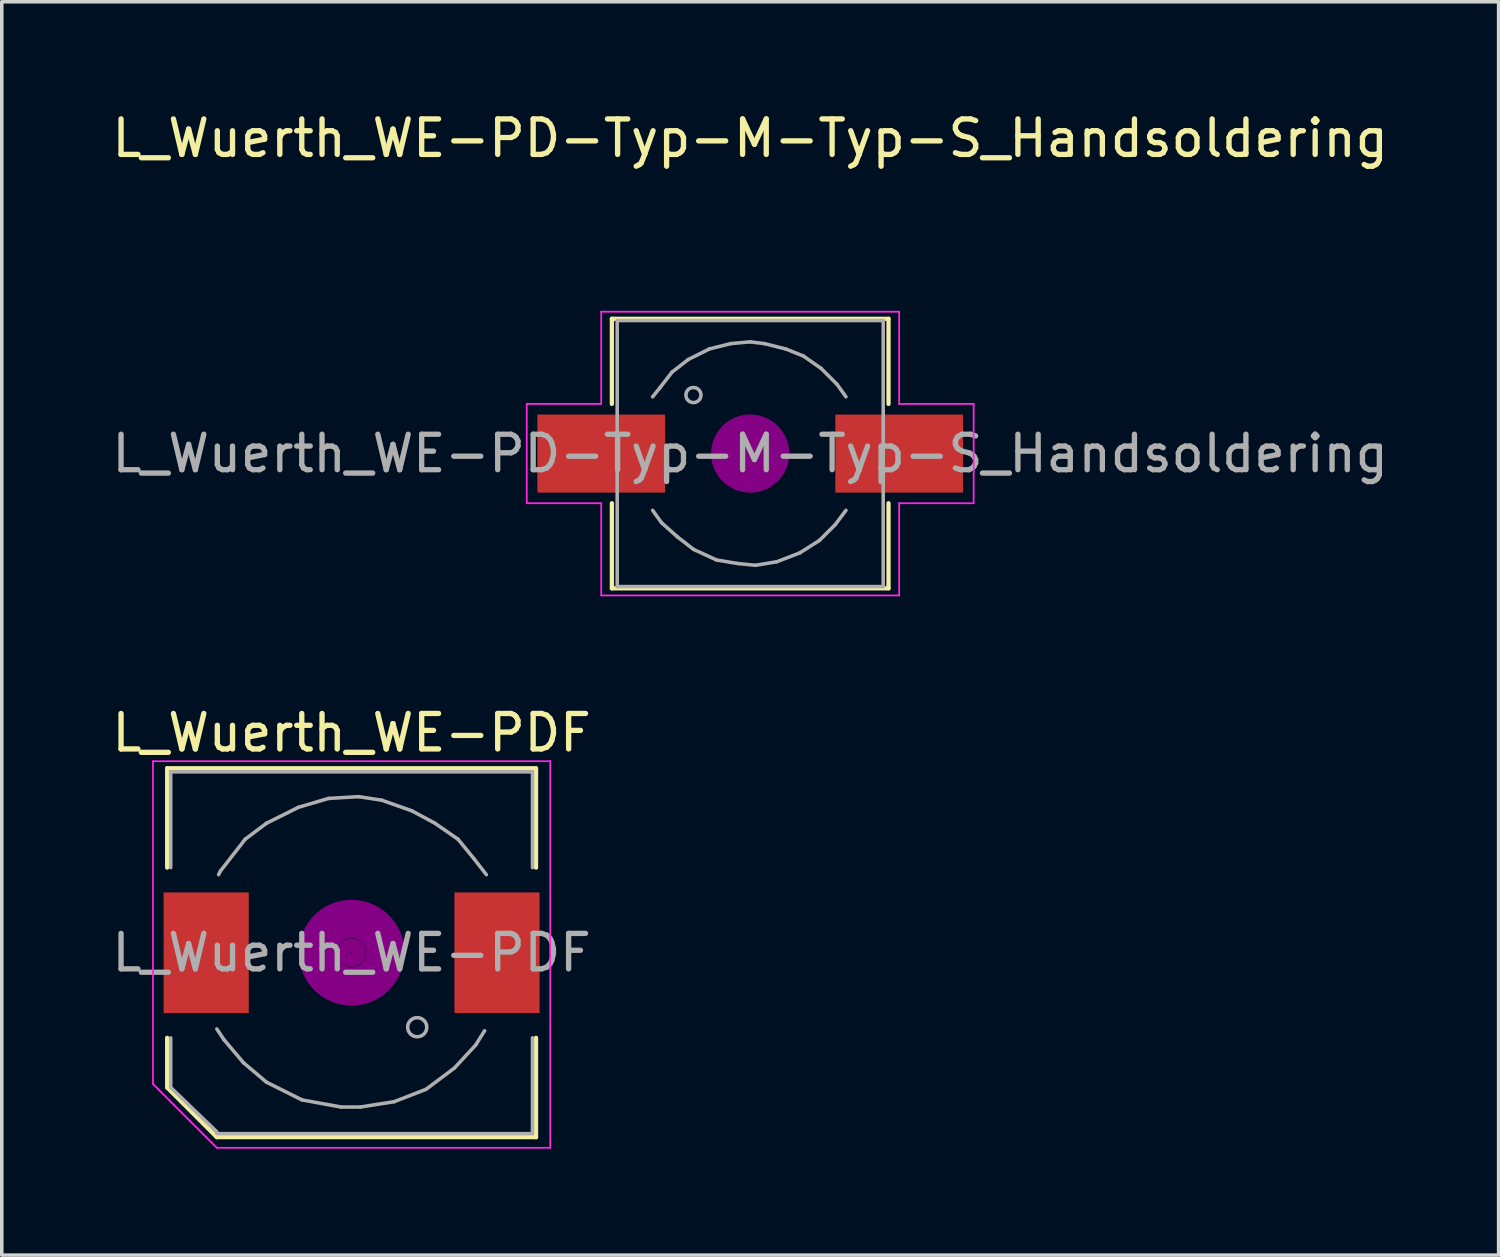
<source format=kicad_pcb>
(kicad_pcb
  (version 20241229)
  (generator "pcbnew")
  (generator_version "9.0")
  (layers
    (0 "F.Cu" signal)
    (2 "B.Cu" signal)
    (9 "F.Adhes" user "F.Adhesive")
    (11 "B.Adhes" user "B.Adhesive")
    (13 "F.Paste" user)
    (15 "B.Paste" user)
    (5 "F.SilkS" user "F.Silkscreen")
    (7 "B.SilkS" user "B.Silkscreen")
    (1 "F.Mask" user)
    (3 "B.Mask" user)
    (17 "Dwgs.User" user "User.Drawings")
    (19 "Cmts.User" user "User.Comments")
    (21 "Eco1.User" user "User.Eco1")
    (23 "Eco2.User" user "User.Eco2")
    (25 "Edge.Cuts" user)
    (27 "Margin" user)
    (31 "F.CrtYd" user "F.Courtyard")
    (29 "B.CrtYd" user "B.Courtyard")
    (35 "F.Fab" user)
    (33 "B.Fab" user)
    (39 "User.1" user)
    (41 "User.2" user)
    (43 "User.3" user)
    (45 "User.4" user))
  (footprint "L_Wuerth_WE-PDF"
    (layer "F.Cu")
    (at 6.863 23.811)
    (property "Reference" "L_Wuerth_WE-PDF" (at 0 -6.2 0) (layer "F.SilkS") (effects (font (size 1 1) (thickness 0.15))))
    (attr smd)
    (fp_line (start -5.2 -5.2) (end 5.2 -5.2) (stroke (width 0.12) (type solid)) (layer "F.SilkS"))
    (fp_line (start -5.2 -2.4) (end -5.2 -5.2) (stroke (width 0.12) (type solid)) (layer "F.SilkS"))
    (fp_line (start -5.2 3.8) (end -5.2 2.4) (stroke (width 0.12) (type solid)) (layer "F.SilkS"))
    (fp_line (start -3.8 5.2) (end -5.2 3.8) (stroke (width 0.12) (type solid)) (layer "F.SilkS"))
    (fp_line (start 5.2 -5.2) (end 5.2 -2.4) (stroke (width 0.12) (type solid)) (layer "F.SilkS"))
    (fp_line (start 5.2 2.4) (end 5.2 5.2) (stroke (width 0.12) (type solid)) (layer "F.SilkS"))
    (fp_line (start 5.2 5.2) (end -3.8 5.2) (stroke (width 0.12) (type solid)) (layer "F.SilkS"))
    (fp_circle (center 0 0) (end 0.15 0.15) (stroke (width 0.38) (type solid)) (fill no) (layer "F.Adhes"))
    (fp_circle (center 0 0) (end 0.6 0.05) (stroke (width 0.38) (type solid)) (fill no) (layer "F.Adhes"))
    (fp_circle (center 0 0) (end 0.95 0) (stroke (width 0.38) (type solid)) (fill no) (layer "F.Adhes"))
    (fp_circle (center 0 0) (end 1.3 0.05) (stroke (width 0.38) (type solid)) (fill no) (layer "F.Adhes"))
    (fp_line (start -5.6 -5.4) (end 5.6 -5.4) (stroke (width 0.05) (type solid)) (layer "F.CrtYd"))
    (fp_line (start -5.6 3.7) (end -5.6 -5.4) (stroke (width 0.05) (type solid)) (layer "F.CrtYd"))
    (fp_line (start -3.8 5.5) (end -5.6 3.7) (stroke (width 0.05) (type solid)) (layer "F.CrtYd"))
    (fp_line (start 5.6 -5.4) (end 5.6 5.5) (stroke (width 0.05) (type solid)) (layer "F.CrtYd"))
    (fp_line (start 5.6 5.5) (end -3.8 5.5) (stroke (width 0.05) (type solid)) (layer "F.CrtYd"))
    (fp_line (start -5.1 -5.1) (end -5.1 -2.4) (stroke (width 0.1) (type solid)) (layer "F.Fab"))
    (fp_line (start -5.1 2.4) (end -5.1 3.8) (stroke (width 0.1) (type solid)) (layer "F.Fab"))
    (fp_line (start -5.1 3.8) (end -3.8 5.05) (stroke (width 0.1) (type solid)) (layer "F.Fab"))
    (fp_line (start -3.8 2.15) (end -3.6 2.45) (stroke (width 0.1) (type solid)) (layer "F.Fab"))
    (fp_line (start -3.7 -2.3) (end -3.75 -2.2) (stroke (width 0.1) (type solid)) (layer "F.Fab"))
    (fp_line (start -3.6 2.45) (end -3.05 3.1) (stroke (width 0.1) (type solid)) (layer "F.Fab"))
    (fp_line (start -3.05 3.1) (end -2.4 3.65) (stroke (width 0.1) (type solid)) (layer "F.Fab"))
    (fp_line (start -3 -3.2) (end -3.7 -2.3) (stroke (width 0.1) (type solid)) (layer "F.Fab"))
    (fp_line (start -2.4 -3.65) (end -3 -3.2) (stroke (width 0.1) (type solid)) (layer "F.Fab"))
    (fp_line (start -2.4 3.65) (end -1.4 4.15) (stroke (width 0.1) (type solid)) (layer "F.Fab"))
    (fp_line (start -1.5 -4.1) (end -2.4 -3.65) (stroke (width 0.1) (type solid)) (layer "F.Fab"))
    (fp_line (start -1.4 4.15) (end -0.3 4.35) (stroke (width 0.1) (type solid)) (layer "F.Fab"))
    (fp_line (start -0.65 -4.35) (end -1.5 -4.1) (stroke (width 0.1) (type solid)) (layer "F.Fab"))
    (fp_line (start -0.3 4.35) (end 0.25 4.35) (stroke (width 0.1) (type solid)) (layer "F.Fab"))
    (fp_line (start 0.2 -4.4) (end -0.65 -4.35) (stroke (width 0.1) (type solid)) (layer "F.Fab"))
    (fp_line (start 0.25 4.35) (end 1.2 4.2) (stroke (width 0.1) (type solid)) (layer "F.Fab"))
    (fp_line (start 0.85 -4.3) (end 0.2 -4.4) (stroke (width 0.1) (type solid)) (layer "F.Fab"))
    (fp_line (start 1.2 4.2) (end 2.1 3.85) (stroke (width 0.1) (type solid)) (layer "F.Fab"))
    (fp_line (start 1.7 -4) (end 0.85 -4.3) (stroke (width 0.1) (type solid)) (layer "F.Fab"))
    (fp_line (start 2.1 3.85) (end 2.9 3.25) (stroke (width 0.1) (type solid)) (layer "F.Fab"))
    (fp_line (start 2.35 -3.65) (end 1.7 -4) (stroke (width 0.1) (type solid)) (layer "F.Fab"))
    (fp_line (start 2.9 3.25) (end 3.5 2.6) (stroke (width 0.1) (type solid)) (layer "F.Fab"))
    (fp_line (start 3 -3.2) (end 2.35 -3.65) (stroke (width 0.1) (type solid)) (layer "F.Fab"))
    (fp_line (start 3.45 -2.65) (end 3 -3.2) (stroke (width 0.1) (type solid)) (layer "F.Fab"))
    (fp_line (start 3.5 2.6) (end 3.75 2.2) (stroke (width 0.1) (type solid)) (layer "F.Fab"))
    (fp_line (start 3.8 -2.2) (end 3.45 -2.65) (stroke (width 0.1) (type solid)) (layer "F.Fab"))
    (fp_line (start 5.1 -5.1) (end -5.1 -5.1) (stroke (width 0.1) (type solid)) (layer "F.Fab"))
    (fp_line (start 5.1 -5.1) (end 5.1 -2.4) (stroke (width 0.1) (type solid)) (layer "F.Fab"))
    (fp_line (start 5.1 5.1) (end -3.8 5.1) (stroke (width 0.1) (type solid)) (layer "F.Fab"))
    (fp_line (start 5.1 5.1) (end 5.1 2.4) (stroke (width 0.1) (type solid)) (layer "F.Fab"))
    (fp_circle (center 1.85 2.1) (end 2.1 2.2) (stroke (width 0.1) (type solid)) (fill no) (layer "F.Fab"))
    (fp_text user "${REFERENCE}" (at 0 0 0) (layer "F.Fab") (effects (font (size 1 1) (thickness 0.15))))
    (pad "1" smd rect (at -4.1 0) (size 2.4 3.4) (layers "F.Cu" "F.Mask" "F.Paste"))
    (pad "2" smd rect (at 4.1 0) (size 2.4 3.4) (layers "F.Cu" "F.Mask" "F.Paste")))
  (footprint "L_Wuerth_WE-PD-Typ-M-Typ-S_Handsoldering"
    (layer "F.Cu")
    (at 18.101 9.738)
    (property "Reference" "L_Wuerth_WE-PD-Typ-M-Typ-S_Handsoldering" (at 0 -8.89 0) (layer "F.SilkS") (effects (font (size 1 1) (thickness 0.15))))
    (attr smd)
    (fp_line (start -3.9 -1.4) (end -3.9 -3.8) (stroke (width 0.12) (type solid)) (layer "F.SilkS"))
    (fp_line (start -3.9 1.4) (end -3.9 3.8) (stroke (width 0.12) (type solid)) (layer "F.SilkS"))
    (fp_line (start -3.9 3.8) (end 3.9 3.8) (stroke (width 0.12) (type solid)) (layer "F.SilkS"))
    (fp_line (start 3.9 -3.8) (end -3.9 -3.8) (stroke (width 0.12) (type solid)) (layer "F.SilkS"))
    (fp_line (start 3.9 -1.4) (end 3.9 -3.8) (stroke (width 0.12) (type solid)) (layer "F.SilkS"))
    (fp_line (start 3.9 3.8) (end 3.9 1.4) (stroke (width 0.12) (type solid)) (layer "F.SilkS"))
    (fp_circle (center 0 0) (end 0.15 0.15) (stroke (width 0.38) (type solid)) (fill no) (layer "F.Adhes"))
    (fp_circle (center 0 0) (end 0.55 0.05) (stroke (width 0.38) (type solid)) (fill no) (layer "F.Adhes"))
    (fp_circle (center 0 0) (end 0.9 0.15) (stroke (width 0.38) (type solid)) (fill no) (layer "F.Adhes"))
    (fp_line (start -6.3 -1.4) (end -6.3 1.4) (stroke (width 0.05) (type solid)) (layer "F.CrtYd"))
    (fp_line (start -6.3 1.4) (end -4.2 1.4) (stroke (width 0.05) (type solid)) (layer "F.CrtYd"))
    (fp_line (start -4.2 -4) (end -4.2 -1.4) (stroke (width 0.05) (type solid)) (layer "F.CrtYd"))
    (fp_line (start -4.2 -1.4) (end -6.3 -1.4) (stroke (width 0.05) (type solid)) (layer "F.CrtYd"))
    (fp_line (start -4.2 1.4) (end -4.2 4) (stroke (width 0.05) (type solid)) (layer "F.CrtYd"))
    (fp_line (start -4.2 4) (end 4.2 4) (stroke (width 0.05) (type solid)) (layer "F.CrtYd"))
    (fp_line (start 4.2 -4) (end -4.2 -4) (stroke (width 0.05) (type solid)) (layer "F.CrtYd"))
    (fp_line (start 4.2 -1.4) (end 4.2 -4) (stroke (width 0.05) (type solid)) (layer "F.CrtYd"))
    (fp_line (start 4.2 1.4) (end 6.3 1.4) (stroke (width 0.05) (type solid)) (layer "F.CrtYd"))
    (fp_line (start 4.2 4) (end 4.2 1.4) (stroke (width 0.05) (type solid)) (layer "F.CrtYd"))
    (fp_line (start 6.3 -1.4) (end 4.2 -1.4) (stroke (width 0.05) (type solid)) (layer "F.CrtYd"))
    (fp_line (start 6.3 1.4) (end 6.3 -1.4) (stroke (width 0.05) (type solid)) (layer "F.CrtYd"))
    (fp_line (start -3.75 -3.75) (end -3.75 3.75) (stroke (width 0.1) (type solid)) (layer "F.Fab"))
    (fp_line (start -3.75 3.75) (end 3.75 3.75) (stroke (width 0.1) (type solid)) (layer "F.Fab"))
    (fp_line (start -2.75 1.6) (end -2.5 1.95) (stroke (width 0.1) (type solid)) (layer "F.Fab"))
    (fp_line (start -2.55 -1.85) (end -2.75 -1.6) (stroke (width 0.1) (type solid)) (layer "F.Fab"))
    (fp_line (start -2.5 1.95) (end -2.05 2.35) (stroke (width 0.1) (type solid)) (layer "F.Fab"))
    (fp_line (start -2.2 -2.3) (end -2.55 -1.85) (stroke (width 0.1) (type solid)) (layer "F.Fab"))
    (fp_line (start -2.05 2.35) (end -1.6 2.7) (stroke (width 0.1) (type solid)) (layer "F.Fab"))
    (fp_line (start -1.75 -2.65) (end -2.2 -2.3) (stroke (width 0.1) (type solid)) (layer "F.Fab"))
    (fp_line (start -1.6 2.7) (end -0.95 3) (stroke (width 0.1) (type solid)) (layer "F.Fab"))
    (fp_line (start -1.15 -2.95) (end -1.75 -2.65) (stroke (width 0.1) (type solid)) (layer "F.Fab"))
    (fp_line (start -0.95 3) (end -0.35 3.1) (stroke (width 0.1) (type solid)) (layer "F.Fab"))
    (fp_line (start -0.55 -3.1) (end -1.15 -2.95) (stroke (width 0.1) (type solid)) (layer "F.Fab"))
    (fp_line (start -0.35 3.1) (end 0.15 3.15) (stroke (width 0.1) (type solid)) (layer "F.Fab"))
    (fp_line (start 0 -3.15) (end -0.55 -3.1) (stroke (width 0.1) (type solid)) (layer "F.Fab"))
    (fp_line (start 0.15 3.15) (end 0.75 3.05) (stroke (width 0.1) (type solid)) (layer "F.Fab"))
    (fp_line (start 0.4 -3.1) (end 0 -3.15) (stroke (width 0.1) (type solid)) (layer "F.Fab"))
    (fp_line (start 0.75 3.05) (end 1.4 2.8) (stroke (width 0.1) (type solid)) (layer "F.Fab"))
    (fp_line (start 1 -2.95) (end 0.4 -3.1) (stroke (width 0.1) (type solid)) (layer "F.Fab"))
    (fp_line (start 1.4 2.8) (end 1.95 2.45) (stroke (width 0.1) (type solid)) (layer "F.Fab"))
    (fp_line (start 1.5 -2.75) (end 1 -2.95) (stroke (width 0.1) (type solid)) (layer "F.Fab"))
    (fp_line (start 1.95 2.45) (end 2.4 2) (stroke (width 0.1) (type solid)) (layer "F.Fab"))
    (fp_line (start 2 -2.4) (end 1.5 -2.75) (stroke (width 0.1) (type solid)) (layer "F.Fab"))
    (fp_line (start 2.4 2) (end 2.7 1.6) (stroke (width 0.1) (type solid)) (layer "F.Fab"))
    (fp_line (start 2.45 -1.95) (end 2 -2.4) (stroke (width 0.1) (type solid)) (layer "F.Fab"))
    (fp_line (start 2.7 -1.6) (end 2.45 -1.95) (stroke (width 0.1) (type solid)) (layer "F.Fab"))
    (fp_line (start 3.75 -3.75) (end -3.75 -3.75) (stroke (width 0.1) (type solid)) (layer "F.Fab"))
    (fp_line (start 3.75 3.75) (end 3.75 -3.75) (stroke (width 0.1) (type solid)) (layer "F.Fab"))
    (fp_circle (center -1.6 -1.65) (end -1.45 -1.5) (stroke (width 0.1) (type solid)) (fill no) (layer "F.Fab"))
    (fp_text user "${REFERENCE}" (at 0 0 0) (layer "F.Fab") (effects (font (size 1 1) (thickness 0.15))))
    (pad "1" smd rect (at -4.2 0) (size 3.6 2.2) (layers "F.Cu" "F.Mask" "F.Paste"))
    (pad "2" smd rect (at 4.2 0) (size 3.6 2.2) (layers "F.Cu" "F.Mask" "F.Paste")))
  (gr_rect
    (start -3 -3)
    (end 39.202 32.337)
    (stroke (width 0.1) (type default))
    (fill no)
    (layer "Edge.Cuts")))
</source>
